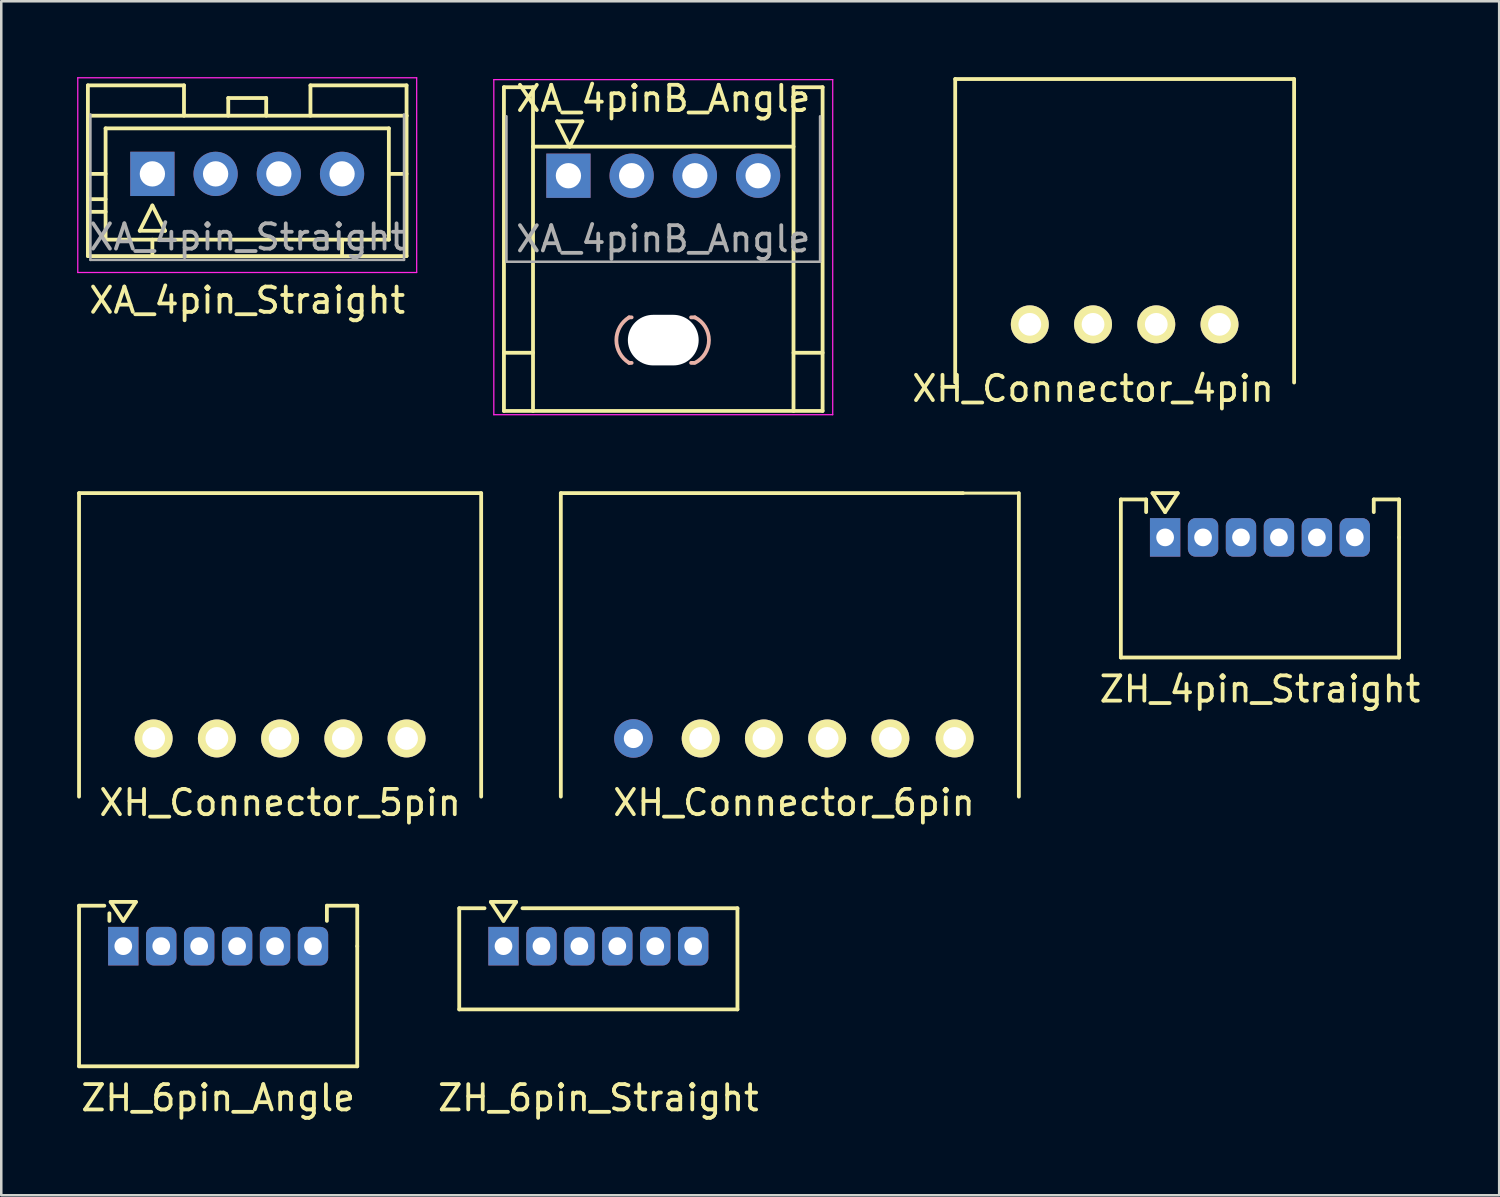
<source format=kicad_pcb>
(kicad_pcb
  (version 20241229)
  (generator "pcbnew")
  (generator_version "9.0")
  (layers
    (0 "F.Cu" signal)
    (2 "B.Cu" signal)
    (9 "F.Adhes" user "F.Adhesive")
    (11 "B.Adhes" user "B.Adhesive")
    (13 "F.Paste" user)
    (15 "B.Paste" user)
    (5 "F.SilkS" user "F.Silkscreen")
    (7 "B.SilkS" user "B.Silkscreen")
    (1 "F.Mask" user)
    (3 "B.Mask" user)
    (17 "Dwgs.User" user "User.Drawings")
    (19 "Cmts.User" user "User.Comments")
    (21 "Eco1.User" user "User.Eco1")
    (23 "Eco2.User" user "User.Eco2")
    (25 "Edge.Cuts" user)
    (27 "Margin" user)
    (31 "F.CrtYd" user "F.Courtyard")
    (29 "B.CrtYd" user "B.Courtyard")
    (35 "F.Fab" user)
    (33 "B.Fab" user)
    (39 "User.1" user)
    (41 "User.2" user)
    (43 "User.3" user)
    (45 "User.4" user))
  (footprint "XA_4pin_Straight"
    (layer "F.Cu")
    (at 6.725 3.825)
    (property "Reference" "XA_4pin_Straight" (at 0 5 0) (layer "F.SilkS") (effects (font (size 1 1) (thickness 0.15))))
    (attr through_hole)
    (fp_line (start -6.3 -2.3) (end -6.3 -3.5) (stroke (width 0.15) (type solid)) (layer "F.SilkS"))
    (fp_line (start -6.3 -2.3) (end -6.3 3.25) (stroke (width 0.15) (type solid)) (layer "F.SilkS"))
    (fp_line (start -6.3 0) (end -5.6 0) (stroke (width 0.15) (type solid)) (layer "F.SilkS"))
    (fp_line (start -6.3 3.25) (end 6.3 3.25) (stroke (width 0.15) (type solid)) (layer "F.SilkS"))
    (fp_line (start -5.6 -1.8) (end 5.6 -1.8) (stroke (width 0.15) (type solid)) (layer "F.SilkS"))
    (fp_line (start -5.6 1) (end -6.3 1) (stroke (width 0.15) (type solid)) (layer "F.SilkS"))
    (fp_line (start -5.6 1.5) (end -6.3 1.5) (stroke (width 0.15) (type solid)) (layer "F.SilkS"))
    (fp_line (start -5.6 2.6) (end -5.6 -1.8) (stroke (width 0.15) (type solid)) (layer "F.SilkS"))
    (fp_line (start -4.25 2.25) (end -3.25 2.25) (stroke (width 0.15) (type solid)) (layer "F.SilkS"))
    (fp_line (start -3.75 1.25) (end -4.25 2.25) (stroke (width 0.15) (type solid)) (layer "F.SilkS"))
    (fp_line (start -3.75 2.6) (end -3.75 3.2) (stroke (width 0.15) (type solid)) (layer "F.SilkS"))
    (fp_line (start -3.25 2.25) (end -3.75 1.25) (stroke (width 0.15) (type solid)) (layer "F.SilkS"))
    (fp_line (start -2.5 -3.5) (end -6.3 -3.5) (stroke (width 0.15) (type solid)) (layer "F.SilkS"))
    (fp_line (start -2.5 -2.3) (end -2.5 -3.5) (stroke (width 0.15) (type solid)) (layer "F.SilkS"))
    (fp_line (start -0.75 -3) (end 0.75 -3) (stroke (width 0.15) (type solid)) (layer "F.SilkS"))
    (fp_line (start -0.75 -2.3) (end -0.75 -3) (stroke (width 0.15) (type solid)) (layer "F.SilkS"))
    (fp_line (start 0.75 -3) (end 0.75 -2.3) (stroke (width 0.15) (type solid)) (layer "F.SilkS"))
    (fp_line (start 2.5 -2.3) (end 2.5 -3.5) (stroke (width 0.15) (type solid)) (layer "F.SilkS"))
    (fp_line (start 3.75 2.6) (end 3.75 3.25) (stroke (width 0.15) (type solid)) (layer "F.SilkS"))
    (fp_line (start 5.6 -1.8) (end 5.6 2.6) (stroke (width 0.15) (type solid)) (layer "F.SilkS"))
    (fp_line (start 5.6 0) (end 6.3 0) (stroke (width 0.15) (type solid)) (layer "F.SilkS"))
    (fp_line (start 5.6 2.6) (end -5.6 2.6) (stroke (width 0.15) (type solid)) (layer "F.SilkS"))
    (fp_line (start 6.3 -3.5) (end 2.5 -3.5) (stroke (width 0.15) (type solid)) (layer "F.SilkS"))
    (fp_line (start 6.3 -2.3) (end -6.3 -2.3) (stroke (width 0.15) (type solid)) (layer "F.SilkS"))
    (fp_line (start 6.3 -2.3) (end 6.3 -3.5) (stroke (width 0.15) (type solid)) (layer "F.SilkS"))
    (fp_line (start 6.3 3.25) (end 6.3 -2.3) (stroke (width 0.15) (type solid)) (layer "F.SilkS"))
    (fp_line (start -6.7 -3.8) (end -6.7 3.9) (stroke (width 0.05) (type solid)) (layer "F.CrtYd"))
    (fp_line (start -6.7 -3.8) (end 6.7 -3.8) (stroke (width 0.05) (type solid)) (layer "F.CrtYd"))
    (fp_line (start -6.7 3.9) (end 6.7 3.9) (stroke (width 0.05) (type solid)) (layer "F.CrtYd"))
    (fp_line (start 6.7 3.9) (end 6.7 -3.8) (stroke (width 0.05) (type solid)) (layer "F.CrtYd"))
    (fp_line (start -6.2 -2.35) (end -6.2 3.4) (stroke (width 0.1) (type solid)) (layer "F.Fab"))
    (fp_line (start -6.2 3.4) (end 6.2 3.4) (stroke (width 0.1) (type solid)) (layer "F.Fab"))
    (fp_line (start 6.2 3.4) (end 6.2 -2.35) (stroke (width 0.1) (type solid)) (layer "F.Fab"))
    (fp_text user "${REFERENCE}" (at 0 2.5 0) (layer "F.Fab") (effects (font (size 1 1) (thickness 0.15))))
    (pad "1" thru_hole rect (at -3.75 0) (size 1.75 1.75) (drill 1) (layers "*.Cu" "*.Mask"))
    (pad "2" thru_hole circle (at -1.25 0) (size 1.75 1.75) (drill 1) (layers "*.Cu" "*.Mask"))
    (pad "3" thru_hole circle (at 1.25 0) (size 1.75 1.75) (drill 1) (layers "*.Cu" "*.Mask"))
    (pad "4" thru_hole circle (at 3.75 0) (size 1.75 1.75) (drill 1) (layers "*.Cu" "*.Mask")))
  (footprint "ZH_6pin_Angle"
    (layer "F.Cu")
    (at 5.575 34.361)
    (property "Reference" "ZH_6pin_Angle" (at 0 6 0) (layer "F.SilkS") (effects (font (size 1 1) (thickness 0.15))))
    (attr through_hole)
    (fp_line (start -5.5 -1.6) (end -4.5 -1.6) (stroke (width 0.15) (type solid)) (layer "F.SilkS"))
    (fp_line (start -5.5 4.75) (end -5.5 -1.6) (stroke (width 0.15) (type solid)) (layer "F.SilkS"))
    (fp_line (start -4.3 -1.3) (end -4.3 -1) (stroke (width 0.15) (type solid)) (layer "F.SilkS"))
    (fp_line (start -4.25 -1.75) (end -3.25 -1.75) (stroke (width 0.15) (type solid)) (layer "F.SilkS"))
    (fp_line (start -3.75 -1) (end -4.25 -1.75) (stroke (width 0.15) (type solid)) (layer "F.SilkS"))
    (fp_line (start -3.25 -1.75) (end -3.75 -1) (stroke (width 0.15) (type solid)) (layer "F.SilkS"))
    (fp_line (start 4.3 -1.6) (end 4.3 -1) (stroke (width 0.15) (type solid)) (layer "F.SilkS"))
    (fp_line (start 5.5 -1.6) (end 4.3 -1.6) (stroke (width 0.15) (type solid)) (layer "F.SilkS"))
    (fp_line (start 5.5 0) (end 5.5 -1.6) (stroke (width 0.15) (type solid)) (layer "F.SilkS"))
    (fp_line (start 5.5 0) (end 5.5 4.75) (stroke (width 0.15) (type solid)) (layer "F.SilkS"))
    (fp_line (start 5.5 4.75) (end -5.5 4.75) (stroke (width 0.15) (type solid)) (layer "F.SilkS"))
    (pad "1" thru_hole rect (at -3.75 0) (size 1.2 1.524) (drill 0.7) (layers "*.Cu" "*.Mask"))
    (pad "2" thru_hole roundrect (at -2.25 0) (size 1.2 1.524) (drill 0.7) (layers "*.Cu" "*.Mask") (roundrect_rratio 0.25))
    (pad "3" thru_hole roundrect (at -0.75 0) (size 1.2 1.524) (drill 0.7) (layers "*.Cu" "*.Mask") (roundrect_rratio 0.25))
    (pad "4" thru_hole roundrect (at 0.75 0) (size 1.2 1.524) (drill 0.7) (layers "*.Cu" "*.Mask") (roundrect_rratio 0.25))
    (pad "5" thru_hole roundrect (at 2.25 0) (size 1.2 1.524) (drill 0.7) (layers "*.Cu" "*.Mask") (roundrect_rratio 0.25))
    (pad "6" thru_hole roundrect (at 3.75 0) (size 1.2 1.524) (drill 0.7) (layers "*.Cu" "*.Mask") (roundrect_rratio 0.25)))
  (footprint "XH_Connector_6pin"
    (layer "F.Cu")
    (at 28.345 26.148)
    (property "Reference" "XH_Connector_6pin" (at 0 2.54 0) (layer "F.SilkS") (effects (font (size 1 1) (thickness 0.15))))
    (attr through_hole)
    (fp_line (start -9.22 -9.7) (end 6.68 -9.7) (stroke (width 0.15) (type solid)) (layer "F.SilkS"))
    (fp_line (start -9.22 2.3) (end -9.22 -9.7) (stroke (width 0.15) (type solid)) (layer "F.SilkS"))
    (fp_line (start 6.68 -9.7) (end 8.89 -9.7) (stroke (width 0.12) (type default)) (layer "F.SilkS"))
    (fp_line (start 8.89 -9.7) (end 8.89 2.3) (stroke (width 0.15) (type solid)) (layer "F.SilkS"))
    (pad "1" thru_hole circle (at 6.35 0) (size 1.5 1.5) (drill 0.9) (layers "*.Cu" "*.Mask" "F.SilkS"))
    (pad "2" thru_hole circle (at 3.81 0) (size 1.5 1.5) (drill 0.9) (layers "*.Cu" "*.Mask" "F.SilkS"))
    (pad "3" thru_hole circle (at 1.31 0) (size 1.5 1.5) (drill 0.9) (layers "*.Cu" "*.Mask" "F.SilkS"))
    (pad "4" thru_hole circle (at -1.19 0) (size 1.5 1.5) (drill 0.9) (layers "*.Cu" "*.Mask" "F.SilkS"))
    (pad "5" thru_hole circle (at -3.69 0) (size 1.5 1.5) (drill 0.9) (layers "*.Cu" "*.Mask" "F.SilkS"))
    (pad "6" thru_hole circle (at -6.35 0) (size 1.524 1.524) (drill 0.762) (layers "*.Cu" "*.Mask")))
  (footprint "XA_4pinB_Angle"
    (layer "F.Cu")
    (at 23.175 3.898)
    (property "Reference" "XA_4pinB_Angle" (at 0 -3.05 0) (layer "F.SilkS") (effects (font (size 1 1) (thickness 0.15))))
    (attr through_hole)
    (fp_line (start -6.3 -3.5) (end -6.3 9.3) (stroke (width 0.15) (type solid)) (layer "F.SilkS"))
    (fp_line (start -6.3 7) (end -5.15 7) (stroke (width 0.15) (type solid)) (layer "F.SilkS"))
    (fp_line (start -6.3 9.3) (end 6.3 9.3) (stroke (width 0.15) (type solid)) (layer "F.SilkS"))
    (fp_line (start -5.15 -3.5) (end -6.3 -3.5) (stroke (width 0.15) (type solid)) (layer "F.SilkS"))
    (fp_line (start -5.15 -3.5) (end -5.15 9.3) (stroke (width 0.15) (type solid)) (layer "F.SilkS"))
    (fp_line (start -4.2 -2.15) (end -3.7 -1.15) (stroke (width 0.15) (type solid)) (layer "F.SilkS"))
    (fp_line (start -3.7 -1.15) (end -3.2 -2.15) (stroke (width 0.15) (type solid)) (layer "F.SilkS"))
    (fp_line (start -3.2 -2.15) (end -4.2 -2.15) (stroke (width 0.15) (type solid)) (layer "F.SilkS"))
    (fp_line (start 5.15 -3.5) (end 5.15 9.3) (stroke (width 0.15) (type solid)) (layer "F.SilkS"))
    (fp_line (start 5.15 -1.15) (end -5.15 -1.15) (stroke (width 0.15) (type solid)) (layer "F.SilkS"))
    (fp_line (start 6.3 -3.5) (end 5.15 -3.5) (stroke (width 0.15) (type solid)) (layer "F.SilkS"))
    (fp_line (start 6.3 7) (end 5.15 7) (stroke (width 0.15) (type solid)) (layer "F.SilkS"))
    (fp_line (start 6.3 9.3) (end 6.3 -3.5) (stroke (width 0.15) (type solid)) (layer "F.SilkS"))
    (fp_line (start -1.35 5.6) (end -1.25 5.6) (stroke (width 0.15) (type solid)) (layer "B.SilkS"))
    (fp_line (start -1.35 7.4) (end -1.25 7.4) (stroke (width 0.15) (type solid)) (layer "B.SilkS"))
    (fp_line (start 1.1 5.6) (end 1.25 5.6) (stroke (width 0.15) (type solid)) (layer "B.SilkS"))
    (fp_line (start 1.1 7.4) (end 1.2 7.4) (stroke (width 0.15) (type solid)) (layer "B.SilkS"))
    (fp_arc (start -1.35 7.4) (mid -1.854751 6.5) (end -1.35 5.6) (stroke (width 0.15) (type solid)) (layer "B.SilkS"))
    (fp_arc (start 1.249527 5.599764) (mid 1.80623 6.499736) (end 1.25 7.4) (stroke (width 0.15) (type solid)) (layer "B.SilkS"))
    (fp_line (start -6.7 -3.8) (end -6.7 9.45) (stroke (width 0.05) (type solid)) (layer "F.CrtYd"))
    (fp_line (start -6.7 -3.8) (end 6.7 -3.8) (stroke (width 0.05) (type solid)) (layer "F.CrtYd"))
    (fp_line (start -6.7 9.45) (end 6.7 9.45) (stroke (width 0.05) (type solid)) (layer "F.CrtYd"))
    (fp_line (start 6.7 9.45) (end 6.7 -3.8) (stroke (width 0.05) (type solid)) (layer "F.CrtYd"))
    (fp_line (start -6.2 -2.35) (end -6.2 3.4) (stroke (width 0.1) (type solid)) (layer "F.Fab"))
    (fp_line (start -6.2 3.4) (end 6.2 3.4) (stroke (width 0.1) (type solid)) (layer "F.Fab"))
    (fp_line (start 6.2 3.4) (end 6.2 -2.35) (stroke (width 0.1) (type solid)) (layer "F.Fab"))
    (fp_text user "${REFERENCE}" (at 0 2.5 0) (layer "F.Fab") (effects (font (size 1 1) (thickness 0.15))))
    (pad "" np_thru_hole oval (at 0 6.5) (size 2.8 2) (drill oval 2.8 2) (layers "*.Cu" "*.Mask"))
    (pad "1" thru_hole rect (at -3.75 0) (size 1.75 1.75) (drill 1) (layers "*.Cu" "*.Mask"))
    (pad "2" thru_hole circle (at -1.25 0) (size 1.75 1.75) (drill 1) (layers "*.Cu" "*.Mask"))
    (pad "3" thru_hole circle (at 1.25 0) (size 1.75 1.75) (drill 1) (layers "*.Cu" "*.Mask"))
    (pad "4" thru_hole circle (at 3.75 0) (size 1.75 1.75) (drill 1) (layers "*.Cu" "*.Mask")))
  (footprint "ZH_6pin_Straight"
    (layer "F.Cu")
    (at 20.608 34.361)
    (property "Reference" "ZH_6pin_Straight" (at 0 6 0) (layer "F.SilkS") (effects (font (size 1 1) (thickness 0.15))))
    (attr through_hole)
    (fp_line (start -5.5 -1.5) (end -4.5 -1.5) (stroke (width 0.15) (type solid)) (layer "F.SilkS"))
    (fp_line (start -5.5 2.5) (end -5.5 -1.5) (stroke (width 0.15) (type solid)) (layer "F.SilkS"))
    (fp_line (start -4.25 -1.75) (end -3.25 -1.75) (stroke (width 0.15) (type solid)) (layer "F.SilkS"))
    (fp_line (start -3.75 -1) (end -4.25 -1.75) (stroke (width 0.15) (type solid)) (layer "F.SilkS"))
    (fp_line (start -3.25 -1.75) (end -3.75 -1) (stroke (width 0.15) (type solid)) (layer "F.SilkS"))
    (fp_line (start -3 -1.5) (end 5.5 -1.5) (stroke (width 0.15) (type solid)) (layer "F.SilkS"))
    (fp_line (start 5.5 -1.5) (end 5.5 2.5) (stroke (width 0.15) (type solid)) (layer "F.SilkS"))
    (fp_line (start 5.5 2.5) (end -5.5 2.5) (stroke (width 0.15) (type solid)) (layer "F.SilkS"))
    (pad "1" thru_hole rect (at -3.75 0) (size 1.2 1.524) (drill 0.7) (layers "*.Cu" "*.Mask"))
    (pad "2" thru_hole roundrect (at -2.25 0) (size 1.2 1.524) (drill 0.7) (layers "*.Cu" "*.Mask") (roundrect_rratio 0.25))
    (pad "3" thru_hole roundrect (at -0.75 0) (size 1.2 1.524) (drill 0.7) (layers "*.Cu" "*.Mask") (roundrect_rratio 0.25))
    (pad "4" thru_hole roundrect (at 0.75 0) (size 1.2 1.524) (drill 0.7) (layers "*.Cu" "*.Mask") (roundrect_rratio 0.25))
    (pad "5" thru_hole roundrect (at 2.25 0) (size 1.2 1.524) (drill 0.7) (layers "*.Cu" "*.Mask") (roundrect_rratio 0.25))
    (pad "6" thru_hole roundrect (at 3.75 0) (size 1.2 1.524) (drill 0.7) (layers "*.Cu" "*.Mask") (roundrect_rratio 0.25)))
  (footprint "XH_Connector_5pin"
    (layer "F.Cu")
    (at 8.025 26.148)
    (property "Reference" "XH_Connector_5pin" (at 0 2.54 0) (layer "F.SilkS") (effects (font (size 1 1) (thickness 0.15))))
    (attr through_hole)
    (fp_line (start -7.95 -9.7) (end 7.95 -9.7) (stroke (width 0.15) (type solid)) (layer "F.SilkS"))
    (fp_line (start -7.95 2.3) (end -7.95 -9.7) (stroke (width 0.15) (type solid)) (layer "F.SilkS"))
    (fp_line (start 7.95 -9.7) (end 7.95 2.3) (stroke (width 0.15) (type solid)) (layer "F.SilkS"))
    (pad "1" thru_hole circle (at 5 0) (size 1.5 1.5) (drill 0.9) (layers "*.Cu" "*.Mask" "F.SilkS"))
    (pad "2" thru_hole circle (at 2.5 0) (size 1.5 1.5) (drill 0.9) (layers "*.Cu" "*.Mask" "F.SilkS"))
    (pad "3" thru_hole circle (at 0 0) (size 1.5 1.5) (drill 0.9) (layers "*.Cu" "*.Mask" "F.SilkS"))
    (pad "4" thru_hole circle (at -2.5 0) (size 1.5 1.5) (drill 0.9) (layers "*.Cu" "*.Mask" "F.SilkS"))
    (pad "5" thru_hole circle (at -5 0) (size 1.5 1.5) (drill 0.9) (layers "*.Cu" "*.Mask" "F.SilkS")))
  (footprint "ZH_4pin_Straight"
    (layer "F.Cu")
    (at 46.768 18.198)
    (property "Reference" "ZH_4pin_Straight" (at 0 6 0) (layer "F.SilkS") (effects (font (size 1 1) (thickness 0.15))))
    (attr through_hole)
    (fp_line (start -5.5 -1.5) (end -4.5 -1.5) (stroke (width 0.15) (type solid)) (layer "F.SilkS"))
    (fp_line (start -5.5 4.75) (end -5.5 -1.5) (stroke (width 0.15) (type solid)) (layer "F.SilkS"))
    (fp_line (start -4.5 -1.5) (end -4.5 -1) (stroke (width 0.15) (type solid)) (layer "F.SilkS"))
    (fp_line (start -4.25 -1.75) (end -3.25 -1.75) (stroke (width 0.15) (type solid)) (layer "F.SilkS"))
    (fp_line (start -3.75 -1) (end -4.25 -1.75) (stroke (width 0.15) (type solid)) (layer "F.SilkS"))
    (fp_line (start -3.25 -1.75) (end -3.75 -1) (stroke (width 0.15) (type solid)) (layer "F.SilkS"))
    (fp_line (start 4.5 -1.5) (end 4.5 -1) (stroke (width 0.15) (type solid)) (layer "F.SilkS"))
    (fp_line (start 5.5 -1.5) (end 4.5 -1.5) (stroke (width 0.15) (type solid)) (layer "F.SilkS"))
    (fp_line (start 5.5 0) (end 5.5 -1.5) (stroke (width 0.15) (type solid)) (layer "F.SilkS"))
    (fp_line (start 5.5 0) (end 5.5 4.75) (stroke (width 0.15) (type solid)) (layer "F.SilkS"))
    (fp_line (start 5.5 4.75) (end -5.5 4.75) (stroke (width 0.15) (type solid)) (layer "F.SilkS"))
    (pad "1" thru_hole rect (at -3.75 0) (size 1.2 1.524) (drill 0.7) (layers "*.Cu" "*.Mask"))
    (pad "2" thru_hole roundrect (at -2.25 0) (size 1.2 1.524) (drill 0.7) (layers "*.Cu" "*.Mask") (roundrect_rratio 0.25))
    (pad "3" thru_hole roundrect (at -0.75 0) (size 1.2 1.524) (drill 0.7) (layers "*.Cu" "*.Mask") (roundrect_rratio 0.25))
    (pad "4" thru_hole roundrect (at 0.75 0) (size 1.2 1.524) (drill 0.7) (layers "*.Cu" "*.Mask") (roundrect_rratio 0.25))
    (pad "5" thru_hole roundrect (at 2.25 0) (size 1.2 1.524) (drill 0.7) (layers "*.Cu" "*.Mask") (roundrect_rratio 0.25))
    (pad "6" thru_hole roundrect (at 3.75 0) (size 1.2 1.524) (drill 0.7) (layers "*.Cu" "*.Mask") (roundrect_rratio 0.25)))
  (footprint "XH_Connector_4pin"
    (layer "F.Cu")
    (at 41.418 9.775)
    (property "Reference" "XH_Connector_4pin" (at -1.25 2.54 0) (layer "F.SilkS") (effects (font (size 1 1) (thickness 0.15))))
    (attr through_hole)
    (fp_line (start -6.7 -9.7) (end 6.7 -9.7) (stroke (width 0.15) (type solid)) (layer "F.SilkS"))
    (fp_line (start -6.7 2.3) (end -6.7 -9.7) (stroke (width 0.15) (type solid)) (layer "F.SilkS"))
    (fp_line (start 6.7 -9.7) (end 6.7 2.3) (stroke (width 0.15) (type solid)) (layer "F.SilkS"))
    (pad "1" thru_hole circle (at 3.75 0) (size 1.5 1.5) (drill 0.9) (layers "*.Cu" "*.Mask" "F.SilkS"))
    (pad "2" thru_hole circle (at 1.25 0) (size 1.5 1.5) (drill 0.9) (layers "*.Cu" "*.Mask" "F.SilkS"))
    (pad "3" thru_hole circle (at -1.25 0) (size 1.5 1.5) (drill 0.9) (layers "*.Cu" "*.Mask" "F.SilkS"))
    (pad "4" thru_hole circle (at -3.75 0) (size 1.5 1.5) (drill 0.9) (layers "*.Cu" "*.Mask" "F.SilkS")))
  (gr_rect
    (start -3 -3)
    (end 56.227 44.21)
    (stroke (width 0.1) (type default))
    (fill no)
    (layer "Edge.Cuts")))
</source>
